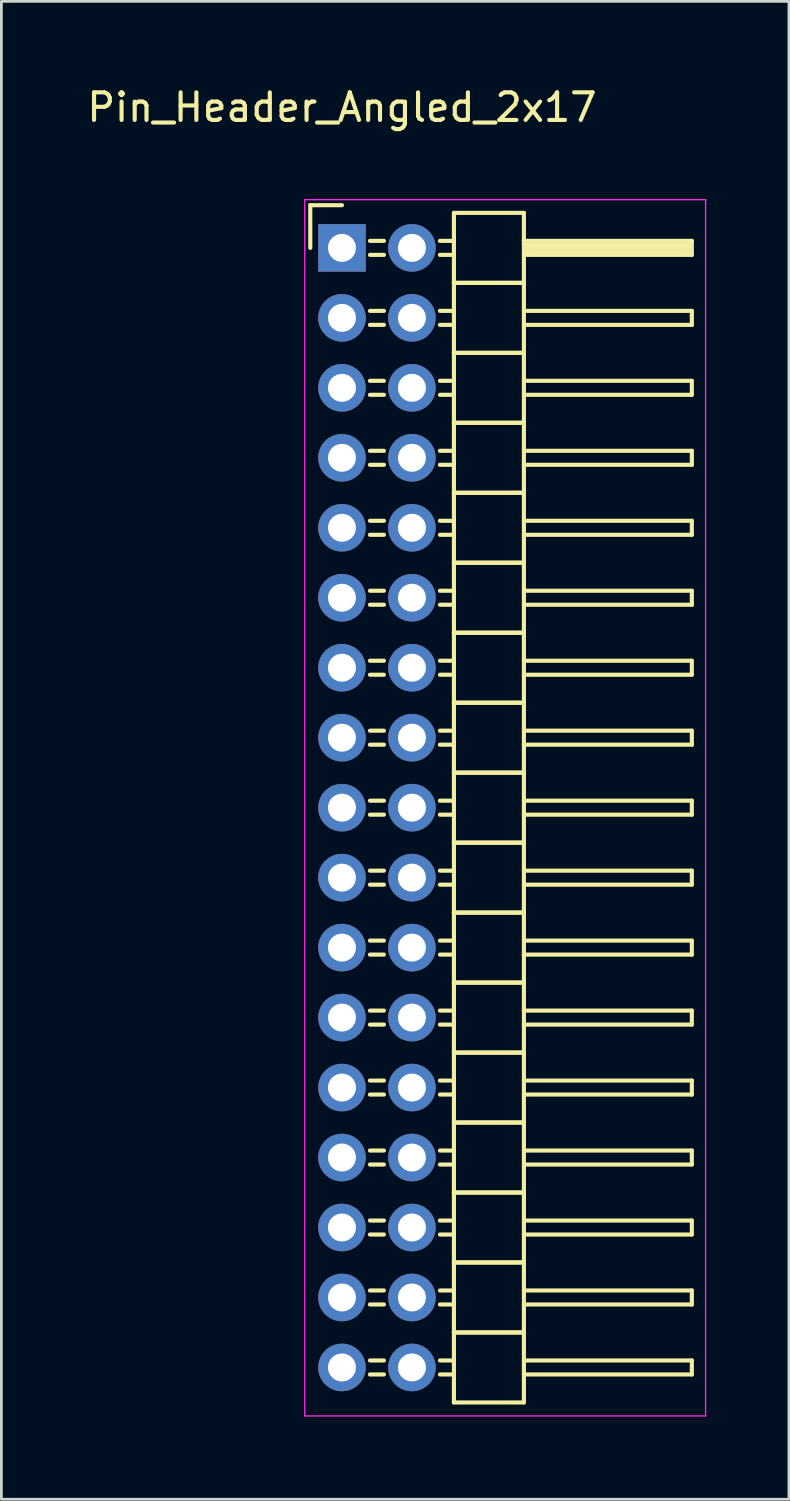
<source format=kicad_pcb>
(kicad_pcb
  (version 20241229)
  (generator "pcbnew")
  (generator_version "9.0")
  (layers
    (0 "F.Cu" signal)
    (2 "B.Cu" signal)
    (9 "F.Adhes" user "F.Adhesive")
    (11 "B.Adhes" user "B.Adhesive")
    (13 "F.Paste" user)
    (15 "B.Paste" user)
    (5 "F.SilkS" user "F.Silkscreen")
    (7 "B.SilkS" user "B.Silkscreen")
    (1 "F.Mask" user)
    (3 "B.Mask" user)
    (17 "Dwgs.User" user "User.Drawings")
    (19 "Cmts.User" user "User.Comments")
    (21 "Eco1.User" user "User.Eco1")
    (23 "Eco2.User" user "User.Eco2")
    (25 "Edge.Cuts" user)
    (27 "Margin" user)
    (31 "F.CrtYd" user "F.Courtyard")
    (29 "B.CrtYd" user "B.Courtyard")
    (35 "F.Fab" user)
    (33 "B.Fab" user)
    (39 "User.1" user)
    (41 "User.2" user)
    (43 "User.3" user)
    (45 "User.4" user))
  (footprint "Pin_Header_Angled_2x17"
    (layer "F.Cu")
    (at 9.363 5.948)
    (property "Reference" "Pin_Header_Angled_2x17" (at 0 -5.1 0) (layer "F.SilkS") (effects (font (size 1 1) (thickness 0.15))))
    (attr through_hole)
    (fp_line (start -1.15 -1.55) (end -1.15 0) (stroke (width 0.15) (type solid)) (layer "F.SilkS"))
    (fp_line (start 0 -1.55) (end -1.15 -1.55) (stroke (width 0.15) (type solid)) (layer "F.SilkS"))
    (fp_line (start 1.524 -0.254) (end 1.016 -0.254) (stroke (width 0.15) (type solid)) (layer "F.SilkS"))
    (fp_line (start 1.524 0.254) (end 1.016 0.254) (stroke (width 0.15) (type solid)) (layer "F.SilkS"))
    (fp_line (start 1.524 2.286) (end 1.016 2.286) (stroke (width 0.15) (type solid)) (layer "F.SilkS"))
    (fp_line (start 1.524 2.794) (end 1.016 2.794) (stroke (width 0.15) (type solid)) (layer "F.SilkS"))
    (fp_line (start 1.524 4.826) (end 1.016 4.826) (stroke (width 0.15) (type solid)) (layer "F.SilkS"))
    (fp_line (start 1.524 5.334) (end 1.016 5.334) (stroke (width 0.15) (type solid)) (layer "F.SilkS"))
    (fp_line (start 1.524 7.366) (end 1.016 7.366) (stroke (width 0.15) (type solid)) (layer "F.SilkS"))
    (fp_line (start 1.524 7.874) (end 1.016 7.874) (stroke (width 0.15) (type solid)) (layer "F.SilkS"))
    (fp_line (start 1.524 9.906) (end 1.016 9.906) (stroke (width 0.15) (type solid)) (layer "F.SilkS"))
    (fp_line (start 1.524 10.414) (end 1.016 10.414) (stroke (width 0.15) (type solid)) (layer "F.SilkS"))
    (fp_line (start 1.524 12.446) (end 1.016 12.446) (stroke (width 0.15) (type solid)) (layer "F.SilkS"))
    (fp_line (start 1.524 12.954) (end 1.016 12.954) (stroke (width 0.15) (type solid)) (layer "F.SilkS"))
    (fp_line (start 1.524 14.986) (end 1.016 14.986) (stroke (width 0.15) (type solid)) (layer "F.SilkS"))
    (fp_line (start 1.524 15.494) (end 1.016 15.494) (stroke (width 0.15) (type solid)) (layer "F.SilkS"))
    (fp_line (start 1.524 17.526) (end 1.016 17.526) (stroke (width 0.15) (type solid)) (layer "F.SilkS"))
    (fp_line (start 1.524 18.034) (end 1.016 18.034) (stroke (width 0.15) (type solid)) (layer "F.SilkS"))
    (fp_line (start 1.524 20.066) (end 1.016 20.066) (stroke (width 0.15) (type solid)) (layer "F.SilkS"))
    (fp_line (start 1.524 20.574) (end 1.016 20.574) (stroke (width 0.15) (type solid)) (layer "F.SilkS"))
    (fp_line (start 1.524 22.606) (end 1.016 22.606) (stroke (width 0.15) (type solid)) (layer "F.SilkS"))
    (fp_line (start 1.524 23.114) (end 1.016 23.114) (stroke (width 0.15) (type solid)) (layer "F.SilkS"))
    (fp_line (start 1.524 25.146) (end 1.016 25.146) (stroke (width 0.15) (type solid)) (layer "F.SilkS"))
    (fp_line (start 1.524 25.654) (end 1.016 25.654) (stroke (width 0.15) (type solid)) (layer "F.SilkS"))
    (fp_line (start 1.524 27.686) (end 1.016 27.686) (stroke (width 0.15) (type solid)) (layer "F.SilkS"))
    (fp_line (start 1.524 28.194) (end 1.016 28.194) (stroke (width 0.15) (type solid)) (layer "F.SilkS"))
    (fp_line (start 1.524 30.226) (end 1.016 30.226) (stroke (width 0.15) (type solid)) (layer "F.SilkS"))
    (fp_line (start 1.524 30.734) (end 1.016 30.734) (stroke (width 0.15) (type solid)) (layer "F.SilkS"))
    (fp_line (start 1.524 32.766) (end 1.016 32.766) (stroke (width 0.15) (type solid)) (layer "F.SilkS"))
    (fp_line (start 1.524 33.274) (end 1.016 33.274) (stroke (width 0.15) (type solid)) (layer "F.SilkS"))
    (fp_line (start 1.524 35.306) (end 1.016 35.306) (stroke (width 0.15) (type solid)) (layer "F.SilkS"))
    (fp_line (start 1.524 35.814) (end 1.016 35.814) (stroke (width 0.15) (type solid)) (layer "F.SilkS"))
    (fp_line (start 1.524 37.846) (end 1.016 37.846) (stroke (width 0.15) (type solid)) (layer "F.SilkS"))
    (fp_line (start 1.524 38.354) (end 1.016 38.354) (stroke (width 0.15) (type solid)) (layer "F.SilkS"))
    (fp_line (start 1.524 40.386) (end 1.016 40.386) (stroke (width 0.15) (type solid)) (layer "F.SilkS"))
    (fp_line (start 1.524 40.894) (end 1.016 40.894) (stroke (width 0.15) (type solid)) (layer "F.SilkS"))
    (fp_line (start 4.064 -1.27) (end 4.064 1.27) (stroke (width 0.15) (type solid)) (layer "F.SilkS"))
    (fp_line (start 4.064 -1.27) (end 6.604 -1.27) (stroke (width 0.15) (type solid)) (layer "F.SilkS"))
    (fp_line (start 4.064 -0.254) (end 3.556 -0.254) (stroke (width 0.15) (type solid)) (layer "F.SilkS"))
    (fp_line (start 4.064 0.254) (end 3.556 0.254) (stroke (width 0.15) (type solid)) (layer "F.SilkS"))
    (fp_line (start 4.064 1.27) (end 4.064 3.81) (stroke (width 0.15) (type solid)) (layer "F.SilkS"))
    (fp_line (start 4.064 1.27) (end 6.604 1.27) (stroke (width 0.15) (type solid)) (layer "F.SilkS"))
    (fp_line (start 4.064 1.27) (end 6.604 1.27) (stroke (width 0.15) (type solid)) (layer "F.SilkS"))
    (fp_line (start 4.064 2.286) (end 3.556 2.286) (stroke (width 0.15) (type solid)) (layer "F.SilkS"))
    (fp_line (start 4.064 2.794) (end 3.556 2.794) (stroke (width 0.15) (type solid)) (layer "F.SilkS"))
    (fp_line (start 4.064 3.81) (end 4.064 6.35) (stroke (width 0.15) (type solid)) (layer "F.SilkS"))
    (fp_line (start 4.064 3.81) (end 6.604 3.81) (stroke (width 0.15) (type solid)) (layer "F.SilkS"))
    (fp_line (start 4.064 3.81) (end 6.604 3.81) (stroke (width 0.15) (type solid)) (layer "F.SilkS"))
    (fp_line (start 4.064 4.826) (end 3.556 4.826) (stroke (width 0.15) (type solid)) (layer "F.SilkS"))
    (fp_line (start 4.064 5.334) (end 3.556 5.334) (stroke (width 0.15) (type solid)) (layer "F.SilkS"))
    (fp_line (start 4.064 6.35) (end 4.064 8.89) (stroke (width 0.15) (type solid)) (layer "F.SilkS"))
    (fp_line (start 4.064 6.35) (end 6.604 6.35) (stroke (width 0.15) (type solid)) (layer "F.SilkS"))
    (fp_line (start 4.064 6.35) (end 6.604 6.35) (stroke (width 0.15) (type solid)) (layer "F.SilkS"))
    (fp_line (start 4.064 7.366) (end 3.556 7.366) (stroke (width 0.15) (type solid)) (layer "F.SilkS"))
    (fp_line (start 4.064 7.874) (end 3.556 7.874) (stroke (width 0.15) (type solid)) (layer "F.SilkS"))
    (fp_line (start 4.064 8.89) (end 4.064 11.43) (stroke (width 0.15) (type solid)) (layer "F.SilkS"))
    (fp_line (start 4.064 8.89) (end 6.604 8.89) (stroke (width 0.15) (type solid)) (layer "F.SilkS"))
    (fp_line (start 4.064 8.89) (end 6.604 8.89) (stroke (width 0.15) (type solid)) (layer "F.SilkS"))
    (fp_line (start 4.064 9.906) (end 3.556 9.906) (stroke (width 0.15) (type solid)) (layer "F.SilkS"))
    (fp_line (start 4.064 10.414) (end 3.556 10.414) (stroke (width 0.15) (type solid)) (layer "F.SilkS"))
    (fp_line (start 4.064 11.43) (end 4.064 13.97) (stroke (width 0.15) (type solid)) (layer "F.SilkS"))
    (fp_line (start 4.064 11.43) (end 6.604 11.43) (stroke (width 0.15) (type solid)) (layer "F.SilkS"))
    (fp_line (start 4.064 11.43) (end 6.604 11.43) (stroke (width 0.15) (type solid)) (layer "F.SilkS"))
    (fp_line (start 4.064 12.446) (end 3.556 12.446) (stroke (width 0.15) (type solid)) (layer "F.SilkS"))
    (fp_line (start 4.064 12.954) (end 3.556 12.954) (stroke (width 0.15) (type solid)) (layer "F.SilkS"))
    (fp_line (start 4.064 13.97) (end 4.064 16.51) (stroke (width 0.15) (type solid)) (layer "F.SilkS"))
    (fp_line (start 4.064 13.97) (end 6.604 13.97) (stroke (width 0.15) (type solid)) (layer "F.SilkS"))
    (fp_line (start 4.064 13.97) (end 6.604 13.97) (stroke (width 0.15) (type solid)) (layer "F.SilkS"))
    (fp_line (start 4.064 14.986) (end 3.556 14.986) (stroke (width 0.15) (type solid)) (layer "F.SilkS"))
    (fp_line (start 4.064 15.494) (end 3.556 15.494) (stroke (width 0.15) (type solid)) (layer "F.SilkS"))
    (fp_line (start 4.064 16.51) (end 4.064 19.05) (stroke (width 0.15) (type solid)) (layer "F.SilkS"))
    (fp_line (start 4.064 16.51) (end 6.604 16.51) (stroke (width 0.15) (type solid)) (layer "F.SilkS"))
    (fp_line (start 4.064 16.51) (end 6.604 16.51) (stroke (width 0.15) (type solid)) (layer "F.SilkS"))
    (fp_line (start 4.064 17.526) (end 3.556 17.526) (stroke (width 0.15) (type solid)) (layer "F.SilkS"))
    (fp_line (start 4.064 18.034) (end 3.556 18.034) (stroke (width 0.15) (type solid)) (layer "F.SilkS"))
    (fp_line (start 4.064 19.05) (end 4.064 21.59) (stroke (width 0.15) (type solid)) (layer "F.SilkS"))
    (fp_line (start 4.064 19.05) (end 6.604 19.05) (stroke (width 0.15) (type solid)) (layer "F.SilkS"))
    (fp_line (start 4.064 19.05) (end 6.604 19.05) (stroke (width 0.15) (type solid)) (layer "F.SilkS"))
    (fp_line (start 4.064 20.066) (end 3.556 20.066) (stroke (width 0.15) (type solid)) (layer "F.SilkS"))
    (fp_line (start 4.064 20.574) (end 3.556 20.574) (stroke (width 0.15) (type solid)) (layer "F.SilkS"))
    (fp_line (start 4.064 21.59) (end 4.064 24.13) (stroke (width 0.15) (type solid)) (layer "F.SilkS"))
    (fp_line (start 4.064 21.59) (end 6.604 21.59) (stroke (width 0.15) (type solid)) (layer "F.SilkS"))
    (fp_line (start 4.064 21.59) (end 6.604 21.59) (stroke (width 0.15) (type solid)) (layer "F.SilkS"))
    (fp_line (start 4.064 22.606) (end 3.556 22.606) (stroke (width 0.15) (type solid)) (layer "F.SilkS"))
    (fp_line (start 4.064 23.114) (end 3.556 23.114) (stroke (width 0.15) (type solid)) (layer "F.SilkS"))
    (fp_line (start 4.064 24.13) (end 4.064 26.67) (stroke (width 0.15) (type solid)) (layer "F.SilkS"))
    (fp_line (start 4.064 24.13) (end 6.604 24.13) (stroke (width 0.15) (type solid)) (layer "F.SilkS"))
    (fp_line (start 4.064 24.13) (end 6.604 24.13) (stroke (width 0.15) (type solid)) (layer "F.SilkS"))
    (fp_line (start 4.064 25.146) (end 3.556 25.146) (stroke (width 0.15) (type solid)) (layer "F.SilkS"))
    (fp_line (start 4.064 25.654) (end 3.556 25.654) (stroke (width 0.15) (type solid)) (layer "F.SilkS"))
    (fp_line (start 4.064 26.67) (end 4.064 29.21) (stroke (width 0.15) (type solid)) (layer "F.SilkS"))
    (fp_line (start 4.064 26.67) (end 6.604 26.67) (stroke (width 0.15) (type solid)) (layer "F.SilkS"))
    (fp_line (start 4.064 26.67) (end 6.604 26.67) (stroke (width 0.15) (type solid)) (layer "F.SilkS"))
    (fp_line (start 4.064 27.686) (end 3.556 27.686) (stroke (width 0.15) (type solid)) (layer "F.SilkS"))
    (fp_line (start 4.064 28.194) (end 3.556 28.194) (stroke (width 0.15) (type solid)) (layer "F.SilkS"))
    (fp_line (start 4.064 29.21) (end 4.064 31.75) (stroke (width 0.15) (type solid)) (layer "F.SilkS"))
    (fp_line (start 4.064 29.21) (end 6.604 29.21) (stroke (width 0.15) (type solid)) (layer "F.SilkS"))
    (fp_line (start 4.064 29.21) (end 6.604 29.21) (stroke (width 0.15) (type solid)) (layer "F.SilkS"))
    (fp_line (start 4.064 30.226) (end 3.556 30.226) (stroke (width 0.15) (type solid)) (layer "F.SilkS"))
    (fp_line (start 4.064 30.734) (end 3.556 30.734) (stroke (width 0.15) (type solid)) (layer "F.SilkS"))
    (fp_line (start 4.064 31.75) (end 4.064 34.29) (stroke (width 0.15) (type solid)) (layer "F.SilkS"))
    (fp_line (start 4.064 31.75) (end 6.604 31.75) (stroke (width 0.15) (type solid)) (layer "F.SilkS"))
    (fp_line (start 4.064 31.75) (end 6.604 31.75) (stroke (width 0.15) (type solid)) (layer "F.SilkS"))
    (fp_line (start 4.064 32.766) (end 3.556 32.766) (stroke (width 0.15) (type solid)) (layer "F.SilkS"))
    (fp_line (start 4.064 33.274) (end 3.556 33.274) (stroke (width 0.15) (type solid)) (layer "F.SilkS"))
    (fp_line (start 4.064 34.29) (end 4.064 36.83) (stroke (width 0.15) (type solid)) (layer "F.SilkS"))
    (fp_line (start 4.064 34.29) (end 6.604 34.29) (stroke (width 0.15) (type solid)) (layer "F.SilkS"))
    (fp_line (start 4.064 34.29) (end 6.604 34.29) (stroke (width 0.15) (type solid)) (layer "F.SilkS"))
    (fp_line (start 4.064 35.306) (end 3.556 35.306) (stroke (width 0.15) (type solid)) (layer "F.SilkS"))
    (fp_line (start 4.064 35.814) (end 3.556 35.814) (stroke (width 0.15) (type solid)) (layer "F.SilkS"))
    (fp_line (start 4.064 36.83) (end 4.064 39.37) (stroke (width 0.15) (type solid)) (layer "F.SilkS"))
    (fp_line (start 4.064 36.83) (end 6.604 36.83) (stroke (width 0.15) (type solid)) (layer "F.SilkS"))
    (fp_line (start 4.064 36.83) (end 6.604 36.83) (stroke (width 0.15) (type solid)) (layer "F.SilkS"))
    (fp_line (start 4.064 37.846) (end 3.556 37.846) (stroke (width 0.15) (type solid)) (layer "F.SilkS"))
    (fp_line (start 4.064 38.354) (end 3.556 38.354) (stroke (width 0.15) (type solid)) (layer "F.SilkS"))
    (fp_line (start 4.064 39.37) (end 4.064 41.91) (stroke (width 0.15) (type solid)) (layer "F.SilkS"))
    (fp_line (start 4.064 39.37) (end 6.604 39.37) (stroke (width 0.15) (type solid)) (layer "F.SilkS"))
    (fp_line (start 4.064 39.37) (end 6.604 39.37) (stroke (width 0.15) (type solid)) (layer "F.SilkS"))
    (fp_line (start 4.064 40.386) (end 3.556 40.386) (stroke (width 0.15) (type solid)) (layer "F.SilkS"))
    (fp_line (start 4.064 40.894) (end 3.556 40.894) (stroke (width 0.15) (type solid)) (layer "F.SilkS"))
    (fp_line (start 4.064 41.91) (end 6.604 41.91) (stroke (width 0.15) (type solid)) (layer "F.SilkS"))
    (fp_line (start 6.604 -0.254) (end 12.7 -0.254) (stroke (width 0.15) (type solid)) (layer "F.SilkS"))
    (fp_line (start 6.604 -0.127) (end 12.573 -0.127) (stroke (width 0.15) (type solid)) (layer "F.SilkS"))
    (fp_line (start 6.604 1.27) (end 6.604 -1.27) (stroke (width 0.15) (type solid)) (layer "F.SilkS"))
    (fp_line (start 6.604 2.286) (end 12.7 2.286) (stroke (width 0.15) (type solid)) (layer "F.SilkS"))
    (fp_line (start 6.604 3.81) (end 6.604 1.27) (stroke (width 0.15) (type solid)) (layer "F.SilkS"))
    (fp_line (start 6.604 4.826) (end 12.7 4.826) (stroke (width 0.15) (type solid)) (layer "F.SilkS"))
    (fp_line (start 6.604 6.35) (end 6.604 3.81) (stroke (width 0.15) (type solid)) (layer "F.SilkS"))
    (fp_line (start 6.604 7.366) (end 12.7 7.366) (stroke (width 0.15) (type solid)) (layer "F.SilkS"))
    (fp_line (start 6.604 8.89) (end 6.604 6.35) (stroke (width 0.15) (type solid)) (layer "F.SilkS"))
    (fp_line (start 6.604 9.906) (end 12.7 9.906) (stroke (width 0.15) (type solid)) (layer "F.SilkS"))
    (fp_line (start 6.604 11.43) (end 6.604 8.89) (stroke (width 0.15) (type solid)) (layer "F.SilkS"))
    (fp_line (start 6.604 12.446) (end 12.7 12.446) (stroke (width 0.15) (type solid)) (layer "F.SilkS"))
    (fp_line (start 6.604 13.97) (end 6.604 11.43) (stroke (width 0.15) (type solid)) (layer "F.SilkS"))
    (fp_line (start 6.604 14.986) (end 12.7 14.986) (stroke (width 0.15) (type solid)) (layer "F.SilkS"))
    (fp_line (start 6.604 16.51) (end 6.604 13.97) (stroke (width 0.15) (type solid)) (layer "F.SilkS"))
    (fp_line (start 6.604 17.526) (end 12.7 17.526) (stroke (width 0.15) (type solid)) (layer "F.SilkS"))
    (fp_line (start 6.604 19.05) (end 6.604 16.51) (stroke (width 0.15) (type solid)) (layer "F.SilkS"))
    (fp_line (start 6.604 20.066) (end 12.7 20.066) (stroke (width 0.15) (type solid)) (layer "F.SilkS"))
    (fp_line (start 6.604 21.59) (end 6.604 19.05) (stroke (width 0.15) (type solid)) (layer "F.SilkS"))
    (fp_line (start 6.604 22.606) (end 12.7 22.606) (stroke (width 0.15) (type solid)) (layer "F.SilkS"))
    (fp_line (start 6.604 24.13) (end 6.604 21.59) (stroke (width 0.15) (type solid)) (layer "F.SilkS"))
    (fp_line (start 6.604 25.146) (end 12.7 25.146) (stroke (width 0.15) (type solid)) (layer "F.SilkS"))
    (fp_line (start 6.604 26.67) (end 6.604 24.13) (stroke (width 0.15) (type solid)) (layer "F.SilkS"))
    (fp_line (start 6.604 27.686) (end 12.7 27.686) (stroke (width 0.15) (type solid)) (layer "F.SilkS"))
    (fp_line (start 6.604 29.21) (end 6.604 26.67) (stroke (width 0.15) (type solid)) (layer "F.SilkS"))
    (fp_line (start 6.604 30.226) (end 12.7 30.226) (stroke (width 0.15) (type solid)) (layer "F.SilkS"))
    (fp_line (start 6.604 31.75) (end 6.604 29.21) (stroke (width 0.15) (type solid)) (layer "F.SilkS"))
    (fp_line (start 6.604 32.766) (end 12.7 32.766) (stroke (width 0.15) (type solid)) (layer "F.SilkS"))
    (fp_line (start 6.604 34.29) (end 6.604 31.75) (stroke (width 0.15) (type solid)) (layer "F.SilkS"))
    (fp_line (start 6.604 35.306) (end 12.7 35.306) (stroke (width 0.15) (type solid)) (layer "F.SilkS"))
    (fp_line (start 6.604 36.83) (end 6.604 34.29) (stroke (width 0.15) (type solid)) (layer "F.SilkS"))
    (fp_line (start 6.604 37.846) (end 12.7 37.846) (stroke (width 0.15) (type solid)) (layer "F.SilkS"))
    (fp_line (start 6.604 39.37) (end 6.604 36.83) (stroke (width 0.15) (type solid)) (layer "F.SilkS"))
    (fp_line (start 6.604 40.386) (end 12.7 40.386) (stroke (width 0.15) (type solid)) (layer "F.SilkS"))
    (fp_line (start 6.604 41.91) (end 6.604 39.37) (stroke (width 0.15) (type solid)) (layer "F.SilkS"))
    (fp_line (start 6.731 0) (end 12.573 0) (stroke (width 0.15) (type solid)) (layer "F.SilkS"))
    (fp_line (start 6.731 0.127) (end 6.731 0) (stroke (width 0.15) (type solid)) (layer "F.SilkS"))
    (fp_line (start 12.573 -0.127) (end 12.573 0.127) (stroke (width 0.15) (type solid)) (layer "F.SilkS"))
    (fp_line (start 12.573 0.127) (end 6.731 0.127) (stroke (width 0.15) (type solid)) (layer "F.SilkS"))
    (fp_line (start 12.7 -0.254) (end 12.7 0.254) (stroke (width 0.15) (type solid)) (layer "F.SilkS"))
    (fp_line (start 12.7 0.254) (end 6.604 0.254) (stroke (width 0.15) (type solid)) (layer "F.SilkS"))
    (fp_line (start 12.7 2.286) (end 12.7 2.794) (stroke (width 0.15) (type solid)) (layer "F.SilkS"))
    (fp_line (start 12.7 2.794) (end 6.604 2.794) (stroke (width 0.15) (type solid)) (layer "F.SilkS"))
    (fp_line (start 12.7 4.826) (end 12.7 5.334) (stroke (width 0.15) (type solid)) (layer "F.SilkS"))
    (fp_line (start 12.7 5.334) (end 6.604 5.334) (stroke (width 0.15) (type solid)) (layer "F.SilkS"))
    (fp_line (start 12.7 7.366) (end 12.7 7.874) (stroke (width 0.15) (type solid)) (layer "F.SilkS"))
    (fp_line (start 12.7 7.874) (end 6.604 7.874) (stroke (width 0.15) (type solid)) (layer "F.SilkS"))
    (fp_line (start 12.7 9.906) (end 12.7 10.414) (stroke (width 0.15) (type solid)) (layer "F.SilkS"))
    (fp_line (start 12.7 10.414) (end 6.604 10.414) (stroke (width 0.15) (type solid)) (layer "F.SilkS"))
    (fp_line (start 12.7 12.446) (end 12.7 12.954) (stroke (width 0.15) (type solid)) (layer "F.SilkS"))
    (fp_line (start 12.7 12.954) (end 6.604 12.954) (stroke (width 0.15) (type solid)) (layer "F.SilkS"))
    (fp_line (start 12.7 14.986) (end 12.7 15.494) (stroke (width 0.15) (type solid)) (layer "F.SilkS"))
    (fp_line (start 12.7 15.494) (end 6.604 15.494) (stroke (width 0.15) (type solid)) (layer "F.SilkS"))
    (fp_line (start 12.7 17.526) (end 12.7 18.034) (stroke (width 0.15) (type solid)) (layer "F.SilkS"))
    (fp_line (start 12.7 18.034) (end 6.604 18.034) (stroke (width 0.15) (type solid)) (layer "F.SilkS"))
    (fp_line (start 12.7 20.066) (end 12.7 20.574) (stroke (width 0.15) (type solid)) (layer "F.SilkS"))
    (fp_line (start 12.7 20.574) (end 6.604 20.574) (stroke (width 0.15) (type solid)) (layer "F.SilkS"))
    (fp_line (start 12.7 22.606) (end 12.7 23.114) (stroke (width 0.15) (type solid)) (layer "F.SilkS"))
    (fp_line (start 12.7 23.114) (end 6.604 23.114) (stroke (width 0.15) (type solid)) (layer "F.SilkS"))
    (fp_line (start 12.7 25.146) (end 12.7 25.654) (stroke (width 0.15) (type solid)) (layer "F.SilkS"))
    (fp_line (start 12.7 25.654) (end 6.604 25.654) (stroke (width 0.15) (type solid)) (layer "F.SilkS"))
    (fp_line (start 12.7 27.686) (end 12.7 28.194) (stroke (width 0.15) (type solid)) (layer "F.SilkS"))
    (fp_line (start 12.7 28.194) (end 6.604 28.194) (stroke (width 0.15) (type solid)) (layer "F.SilkS"))
    (fp_line (start 12.7 30.226) (end 12.7 30.734) (stroke (width 0.15) (type solid)) (layer "F.SilkS"))
    (fp_line (start 12.7 30.734) (end 6.604 30.734) (stroke (width 0.15) (type solid)) (layer "F.SilkS"))
    (fp_line (start 12.7 32.766) (end 12.7 33.274) (stroke (width 0.15) (type solid)) (layer "F.SilkS"))
    (fp_line (start 12.7 33.274) (end 6.604 33.274) (stroke (width 0.15) (type solid)) (layer "F.SilkS"))
    (fp_line (start 12.7 35.306) (end 12.7 35.814) (stroke (width 0.15) (type solid)) (layer "F.SilkS"))
    (fp_line (start 12.7 35.814) (end 6.604 35.814) (stroke (width 0.15) (type solid)) (layer "F.SilkS"))
    (fp_line (start 12.7 37.846) (end 12.7 38.354) (stroke (width 0.15) (type solid)) (layer "F.SilkS"))
    (fp_line (start 12.7 38.354) (end 6.604 38.354) (stroke (width 0.15) (type solid)) (layer "F.SilkS"))
    (fp_line (start 12.7 40.386) (end 12.7 40.894) (stroke (width 0.15) (type solid)) (layer "F.SilkS"))
    (fp_line (start 12.7 40.894) (end 6.604 40.894) (stroke (width 0.15) (type solid)) (layer "F.SilkS"))
    (fp_line (start -1.35 -1.75) (end -1.35 42.4) (stroke (width 0.05) (type solid)) (layer "F.CrtYd"))
    (fp_line (start -1.35 -1.75) (end 13.2 -1.75) (stroke (width 0.05) (type solid)) (layer "F.CrtYd"))
    (fp_line (start -1.35 42.4) (end 13.2 42.4) (stroke (width 0.05) (type solid)) (layer "F.CrtYd"))
    (fp_line (start 13.2 -1.75) (end 13.2 42.4) (stroke (width 0.05) (type solid)) (layer "F.CrtYd"))
    (pad "1" thru_hole rect (at 0 0) (size 1.727 1.727) (drill 1.016) (layers "*.Cu" "*.Mask"))
    (pad "2" thru_hole oval (at 2.54 0) (size 1.727 1.727) (drill 1.016) (layers "*.Cu" "*.Mask"))
    (pad "3" thru_hole oval (at 0 2.54) (size 1.727 1.727) (drill 1.016) (layers "*.Cu" "*.Mask"))
    (pad "4" thru_hole oval (at 2.54 2.54) (size 1.727 1.727) (drill 1.016) (layers "*.Cu" "*.Mask"))
    (pad "5" thru_hole oval (at 0 5.08) (size 1.727 1.727) (drill 1.016) (layers "*.Cu" "*.Mask"))
    (pad "6" thru_hole oval (at 2.54 5.08) (size 1.727 1.727) (drill 1.016) (layers "*.Cu" "*.Mask"))
    (pad "7" thru_hole oval (at 0 7.62) (size 1.727 1.727) (drill 1.016) (layers "*.Cu" "*.Mask"))
    (pad "8" thru_hole oval (at 2.54 7.62) (size 1.727 1.727) (drill 1.016) (layers "*.Cu" "*.Mask"))
    (pad "9" thru_hole oval (at 0 10.16) (size 1.727 1.727) (drill 1.016) (layers "*.Cu" "*.Mask"))
    (pad "10" thru_hole oval (at 2.54 10.16) (size 1.727 1.727) (drill 1.016) (layers "*.Cu" "*.Mask"))
    (pad "11" thru_hole oval (at 0 12.7) (size 1.727 1.727) (drill 1.016) (layers "*.Cu" "*.Mask"))
    (pad "12" thru_hole oval (at 2.54 12.7) (size 1.727 1.727) (drill 1.016) (layers "*.Cu" "*.Mask"))
    (pad "13" thru_hole oval (at 0 15.24) (size 1.727 1.727) (drill 1.016) (layers "*.Cu" "*.Mask"))
    (pad "14" thru_hole oval (at 2.54 15.24) (size 1.727 1.727) (drill 1.016) (layers "*.Cu" "*.Mask"))
    (pad "15" thru_hole oval (at 0 17.78) (size 1.727 1.727) (drill 1.016) (layers "*.Cu" "*.Mask"))
    (pad "16" thru_hole oval (at 2.54 17.78) (size 1.727 1.727) (drill 1.016) (layers "*.Cu" "*.Mask"))
    (pad "17" thru_hole oval (at 0 20.32) (size 1.727 1.727) (drill 1.016) (layers "*.Cu" "*.Mask"))
    (pad "18" thru_hole oval (at 2.54 20.32) (size 1.727 1.727) (drill 1.016) (layers "*.Cu" "*.Mask"))
    (pad "19" thru_hole oval (at 0 22.86) (size 1.727 1.727) (drill 1.016) (layers "*.Cu" "*.Mask"))
    (pad "20" thru_hole oval (at 2.54 22.86) (size 1.727 1.727) (drill 1.016) (layers "*.Cu" "*.Mask"))
    (pad "21" thru_hole oval (at 0 25.4) (size 1.727 1.727) (drill 1.016) (layers "*.Cu" "*.Mask"))
    (pad "22" thru_hole oval (at 2.54 25.4) (size 1.727 1.727) (drill 1.016) (layers "*.Cu" "*.Mask"))
    (pad "23" thru_hole oval (at 0 27.94) (size 1.727 1.727) (drill 1.016) (layers "*.Cu" "*.Mask"))
    (pad "24" thru_hole oval (at 2.54 27.94) (size 1.727 1.727) (drill 1.016) (layers "*.Cu" "*.Mask"))
    (pad "25" thru_hole oval (at 0 30.48) (size 1.727 1.727) (drill 1.016) (layers "*.Cu" "*.Mask"))
    (pad "26" thru_hole oval (at 2.54 30.48) (size 1.727 1.727) (drill 1.016) (layers "*.Cu" "*.Mask"))
    (pad "27" thru_hole oval (at 0 33.02) (size 1.727 1.727) (drill 1.016) (layers "*.Cu" "*.Mask"))
    (pad "28" thru_hole oval (at 2.54 33.02) (size 1.727 1.727) (drill 1.016) (layers "*.Cu" "*.Mask"))
    (pad "29" thru_hole oval (at 0 35.56) (size 1.727 1.727) (drill 1.016) (layers "*.Cu" "*.Mask"))
    (pad "30" thru_hole oval (at 2.54 35.56) (size 1.727 1.727) (drill 1.016) (layers "*.Cu" "*.Mask"))
    (pad "31" thru_hole oval (at 0 38.1) (size 1.727 1.727) (drill 1.016) (layers "*.Cu" "*.Mask"))
    (pad "32" thru_hole oval (at 2.54 38.1) (size 1.727 1.727) (drill 1.016) (layers "*.Cu" "*.Mask"))
    (pad "33" thru_hole oval (at 0 40.64) (size 1.727 1.727) (drill 1.016) (layers "*.Cu" "*.Mask"))
    (pad "34" thru_hole oval (at 2.54 40.64) (size 1.727 1.727) (drill 1.016) (layers "*.Cu" "*.Mask")))
  (gr_rect
    (start -3 -3)
    (end 25.588 51.373)
    (stroke (width 0.1) (type default))
    (fill no)
    (layer "Edge.Cuts")))
</source>
